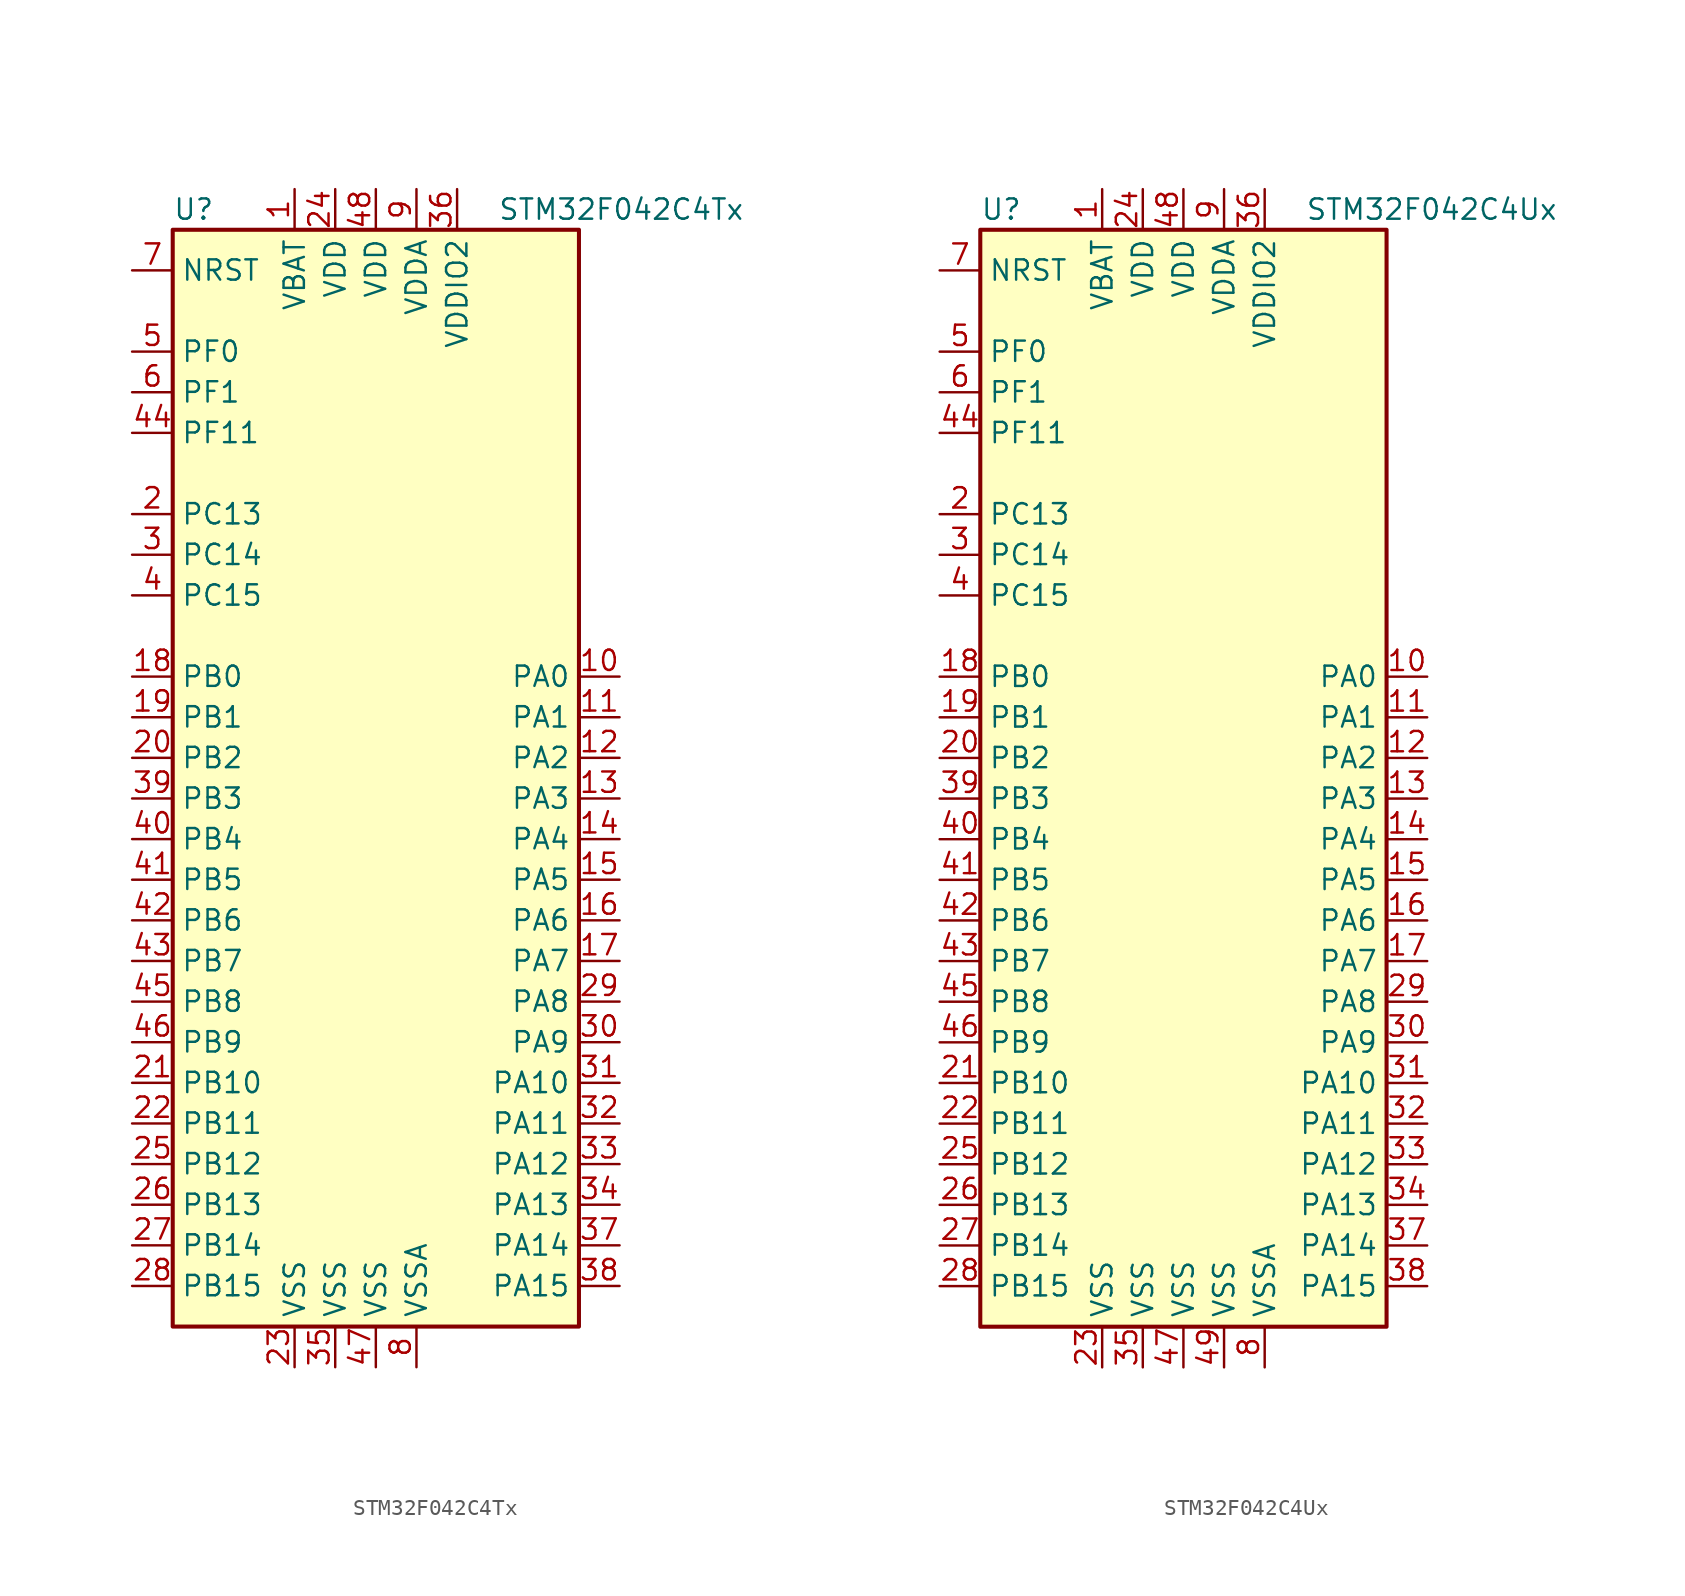
<source format=kicad_sym>
(kicad_symbol_lib
  (version 20201005)
  (generator kicad_symbol_editor)
  (symbol "STM32F042C4Tx"
    (property "Reference" "U"
      (at -12.7 34.29 0)
      (effects (font (size 1.27 1.27)) (justify left)))
    (property "Value" "STM32F042C4Tx"
      (at 7.62 34.29 0)
      (effects (font (size 1.27 1.27)) (justify left)))
    (symbol "STM32F042C4Tx_0_1"
      (rectangle (start -12.7 -35.56) (end 12.7 33.02) (stroke (width 0.254)) (fill (type background))))
    (symbol "STM32F042C4Tx_1_1"
      (pin input line (at -15.24 30.48 0) (length 2.54) (name "NRST" (effects (font (size 1.27 1.27)))) (number "7" (effects (font (size 1.27 1.27)))))
      (pin bidirectional line (at 15.24 5.08 180) (length 2.54) (name "PA0" (effects (font (size 1.27 1.27)))) (number "10" (effects (font (size 1.27 1.27)))))
      (pin bidirectional line (at 15.24 2.54 180) (length 2.54) (name "PA1" (effects (font (size 1.27 1.27)))) (number "11" (effects (font (size 1.27 1.27)))))
      (pin bidirectional line (at 15.24 -20.32 180) (length 2.54) (name "PA10" (effects (font (size 1.27 1.27)))) (number "31" (effects (font (size 1.27 1.27)))))
      (pin bidirectional line (at 15.24 -22.86 180) (length 2.54) (name "PA11" (effects (font (size 1.27 1.27)))) (number "32" (effects (font (size 1.27 1.27)))))
      (pin bidirectional line (at 15.24 -25.4 180) (length 2.54) (name "PA12" (effects (font (size 1.27 1.27)))) (number "33" (effects (font (size 1.27 1.27)))))
      (pin bidirectional line (at 15.24 -27.94 180) (length 2.54) (name "PA13" (effects (font (size 1.27 1.27)))) (number "34" (effects (font (size 1.27 1.27)))))
      (pin bidirectional line (at 15.24 -30.48 180) (length 2.54) (name "PA14" (effects (font (size 1.27 1.27)))) (number "37" (effects (font (size 1.27 1.27)))))
      (pin bidirectional line (at 15.24 -33.02 180) (length 2.54) (name "PA15" (effects (font (size 1.27 1.27)))) (number "38" (effects (font (size 1.27 1.27)))))
      (pin bidirectional line (at 15.24 0 180) (length 2.54) (name "PA2" (effects (font (size 1.27 1.27)))) (number "12" (effects (font (size 1.27 1.27)))))
      (pin bidirectional line (at 15.24 -2.54 180) (length 2.54) (name "PA3" (effects (font (size 1.27 1.27)))) (number "13" (effects (font (size 1.27 1.27)))))
      (pin bidirectional line (at 15.24 -5.08 180) (length 2.54) (name "PA4" (effects (font (size 1.27 1.27)))) (number "14" (effects (font (size 1.27 1.27)))))
      (pin bidirectional line (at 15.24 -7.62 180) (length 2.54) (name "PA5" (effects (font (size 1.27 1.27)))) (number "15" (effects (font (size 1.27 1.27)))))
      (pin bidirectional line (at 15.24 -10.16 180) (length 2.54) (name "PA6" (effects (font (size 1.27 1.27)))) (number "16" (effects (font (size 1.27 1.27)))))
      (pin bidirectional line (at 15.24 -12.7 180) (length 2.54) (name "PA7" (effects (font (size 1.27 1.27)))) (number "17" (effects (font (size 1.27 1.27)))))
      (pin bidirectional line (at 15.24 -15.24 180) (length 2.54) (name "PA8" (effects (font (size 1.27 1.27)))) (number "29" (effects (font (size 1.27 1.27)))))
      (pin bidirectional line (at 15.24 -17.78 180) (length 2.54) (name "PA9" (effects (font (size 1.27 1.27)))) (number "30" (effects (font (size 1.27 1.27)))))
      (pin bidirectional line (at -15.24 5.08 0) (length 2.54) (name "PB0" (effects (font (size 1.27 1.27)))) (number "18" (effects (font (size 1.27 1.27)))))
      (pin bidirectional line (at -15.24 2.54 0) (length 2.54) (name "PB1" (effects (font (size 1.27 1.27)))) (number "19" (effects (font (size 1.27 1.27)))))
      (pin bidirectional line (at -15.24 -20.32 0) (length 2.54) (name "PB10" (effects (font (size 1.27 1.27)))) (number "21" (effects (font (size 1.27 1.27)))))
      (pin bidirectional line (at -15.24 -22.86 0) (length 2.54) (name "PB11" (effects (font (size 1.27 1.27)))) (number "22" (effects (font (size 1.27 1.27)))))
      (pin bidirectional line (at -15.24 -25.4 0) (length 2.54) (name "PB12" (effects (font (size 1.27 1.27)))) (number "25" (effects (font (size 1.27 1.27)))))
      (pin bidirectional line (at -15.24 -27.94 0) (length 2.54) (name "PB13" (effects (font (size 1.27 1.27)))) (number "26" (effects (font (size 1.27 1.27)))))
      (pin bidirectional line (at -15.24 -30.48 0) (length 2.54) (name "PB14" (effects (font (size 1.27 1.27)))) (number "27" (effects (font (size 1.27 1.27)))))
      (pin bidirectional line (at -15.24 -33.02 0) (length 2.54) (name "PB15" (effects (font (size 1.27 1.27)))) (number "28" (effects (font (size 1.27 1.27)))))
      (pin bidirectional line (at -15.24 0 0) (length 2.54) (name "PB2" (effects (font (size 1.27 1.27)))) (number "20" (effects (font (size 1.27 1.27)))))
      (pin bidirectional line (at -15.24 -2.54 0) (length 2.54) (name "PB3" (effects (font (size 1.27 1.27)))) (number "39" (effects (font (size 1.27 1.27)))))
      (pin bidirectional line (at -15.24 -5.08 0) (length 2.54) (name "PB4" (effects (font (size 1.27 1.27)))) (number "40" (effects (font (size 1.27 1.27)))))
      (pin bidirectional line (at -15.24 -7.62 0) (length 2.54) (name "PB5" (effects (font (size 1.27 1.27)))) (number "41" (effects (font (size 1.27 1.27)))))
      (pin bidirectional line (at -15.24 -10.16 0) (length 2.54) (name "PB6" (effects (font (size 1.27 1.27)))) (number "42" (effects (font (size 1.27 1.27)))))
      (pin bidirectional line (at -15.24 -12.7 0) (length 2.54) (name "PB7" (effects (font (size 1.27 1.27)))) (number "43" (effects (font (size 1.27 1.27)))))
      (pin bidirectional line (at -15.24 -15.24 0) (length 2.54) (name "PB8" (effects (font (size 1.27 1.27)))) (number "45" (effects (font (size 1.27 1.27)))))
      (pin bidirectional line (at -15.24 -17.78 0) (length 2.54) (name "PB9" (effects (font (size 1.27 1.27)))) (number "46" (effects (font (size 1.27 1.27)))))
      (pin bidirectional line (at -15.24 15.24 0) (length 2.54) (name "PC13" (effects (font (size 1.27 1.27)))) (number "2" (effects (font (size 1.27 1.27)))))
      (pin bidirectional line (at -15.24 12.7 0) (length 2.54) (name "PC14" (effects (font (size 1.27 1.27)))) (number "3" (effects (font (size 1.27 1.27)))))
      (pin bidirectional line (at -15.24 10.16 0) (length 2.54) (name "PC15" (effects (font (size 1.27 1.27)))) (number "4" (effects (font (size 1.27 1.27)))))
      (pin input line (at -15.24 25.4 0) (length 2.54) (name "PF0" (effects (font (size 1.27 1.27)))) (number "5" (effects (font (size 1.27 1.27)))))
      (pin input line (at -15.24 22.86 0) (length 2.54) (name "PF1" (effects (font (size 1.27 1.27)))) (number "6" (effects (font (size 1.27 1.27)))))
      (pin bidirectional line (at -15.24 20.32 0) (length 2.54) (name "PF11" (effects (font (size 1.27 1.27)))) (number "44" (effects (font (size 1.27 1.27)))))
      (pin power_in line (at -5.08 35.56 270) (length 2.54) (name "VBAT" (effects (font (size 1.27 1.27)))) (number "1" (effects (font (size 1.27 1.27)))))
      (pin power_in line (at -2.54 35.56 270) (length 2.54) (name "VDD" (effects (font (size 1.27 1.27)))) (number "24" (effects (font (size 1.27 1.27)))))
      (pin power_in line (at 0 35.56 270) (length 2.54) (name "VDD" (effects (font (size 1.27 1.27)))) (number "48" (effects (font (size 1.27 1.27)))))
      (pin power_in line (at 2.54 35.56 270) (length 2.54) (name "VDDA" (effects (font (size 1.27 1.27)))) (number "9" (effects (font (size 1.27 1.27)))))
      (pin power_in line (at 5.08 35.56 270) (length 2.54) (name "VDDIO2" (effects (font (size 1.27 1.27)))) (number "36" (effects (font (size 1.27 1.27)))))
      (pin power_in line (at -5.08 -38.1 90) (length 2.54) (name "VSS" (effects (font (size 1.27 1.27)))) (number "23" (effects (font (size 1.27 1.27)))))
      (pin power_in line (at -2.54 -38.1 90) (length 2.54) (name "VSS" (effects (font (size 1.27 1.27)))) (number "35" (effects (font (size 1.27 1.27)))))
      (pin power_in line (at 0 -38.1 90) (length 2.54) (name "VSS" (effects (font (size 1.27 1.27)))) (number "47" (effects (font (size 1.27 1.27)))))
      (pin power_in line (at 2.54 -38.1 90) (length 2.54) (name "VSSA" (effects (font (size 1.27 1.27)))) (number "8" (effects (font (size 1.27 1.27)))))))
  (symbol "STM32F042C4Ux"
    (property "Reference" "U"
      (at -12.7 34.29 0)
      (effects (font (size 1.27 1.27)) (justify left)))
    (property "Value" "STM32F042C4Ux"
      (at 7.62 34.29 0)
      (effects (font (size 1.27 1.27)) (justify left)))
    (symbol "STM32F042C4Ux_0_1"
      (rectangle (start -12.7 -35.56) (end 12.7 33.02) (stroke (width 0.254)) (fill (type background))))
    (symbol "STM32F042C4Ux_1_1"
      (pin input line (at -15.24 30.48 0) (length 2.54) (name "NRST" (effects (font (size 1.27 1.27)))) (number "7" (effects (font (size 1.27 1.27)))))
      (pin bidirectional line (at 15.24 5.08 180) (length 2.54) (name "PA0" (effects (font (size 1.27 1.27)))) (number "10" (effects (font (size 1.27 1.27)))))
      (pin bidirectional line (at 15.24 2.54 180) (length 2.54) (name "PA1" (effects (font (size 1.27 1.27)))) (number "11" (effects (font (size 1.27 1.27)))))
      (pin bidirectional line (at 15.24 -20.32 180) (length 2.54) (name "PA10" (effects (font (size 1.27 1.27)))) (number "31" (effects (font (size 1.27 1.27)))))
      (pin bidirectional line (at 15.24 -22.86 180) (length 2.54) (name "PA11" (effects (font (size 1.27 1.27)))) (number "32" (effects (font (size 1.27 1.27)))))
      (pin bidirectional line (at 15.24 -25.4 180) (length 2.54) (name "PA12" (effects (font (size 1.27 1.27)))) (number "33" (effects (font (size 1.27 1.27)))))
      (pin bidirectional line (at 15.24 -27.94 180) (length 2.54) (name "PA13" (effects (font (size 1.27 1.27)))) (number "34" (effects (font (size 1.27 1.27)))))
      (pin bidirectional line (at 15.24 -30.48 180) (length 2.54) (name "PA14" (effects (font (size 1.27 1.27)))) (number "37" (effects (font (size 1.27 1.27)))))
      (pin bidirectional line (at 15.24 -33.02 180) (length 2.54) (name "PA15" (effects (font (size 1.27 1.27)))) (number "38" (effects (font (size 1.27 1.27)))))
      (pin bidirectional line (at 15.24 0 180) (length 2.54) (name "PA2" (effects (font (size 1.27 1.27)))) (number "12" (effects (font (size 1.27 1.27)))))
      (pin bidirectional line (at 15.24 -2.54 180) (length 2.54) (name "PA3" (effects (font (size 1.27 1.27)))) (number "13" (effects (font (size 1.27 1.27)))))
      (pin bidirectional line (at 15.24 -5.08 180) (length 2.54) (name "PA4" (effects (font (size 1.27 1.27)))) (number "14" (effects (font (size 1.27 1.27)))))
      (pin bidirectional line (at 15.24 -7.62 180) (length 2.54) (name "PA5" (effects (font (size 1.27 1.27)))) (number "15" (effects (font (size 1.27 1.27)))))
      (pin bidirectional line (at 15.24 -10.16 180) (length 2.54) (name "PA6" (effects (font (size 1.27 1.27)))) (number "16" (effects (font (size 1.27 1.27)))))
      (pin bidirectional line (at 15.24 -12.7 180) (length 2.54) (name "PA7" (effects (font (size 1.27 1.27)))) (number "17" (effects (font (size 1.27 1.27)))))
      (pin bidirectional line (at 15.24 -15.24 180) (length 2.54) (name "PA8" (effects (font (size 1.27 1.27)))) (number "29" (effects (font (size 1.27 1.27)))))
      (pin bidirectional line (at 15.24 -17.78 180) (length 2.54) (name "PA9" (effects (font (size 1.27 1.27)))) (number "30" (effects (font (size 1.27 1.27)))))
      (pin bidirectional line (at -15.24 5.08 0) (length 2.54) (name "PB0" (effects (font (size 1.27 1.27)))) (number "18" (effects (font (size 1.27 1.27)))))
      (pin bidirectional line (at -15.24 2.54 0) (length 2.54) (name "PB1" (effects (font (size 1.27 1.27)))) (number "19" (effects (font (size 1.27 1.27)))))
      (pin bidirectional line (at -15.24 -20.32 0) (length 2.54) (name "PB10" (effects (font (size 1.27 1.27)))) (number "21" (effects (font (size 1.27 1.27)))))
      (pin bidirectional line (at -15.24 -22.86 0) (length 2.54) (name "PB11" (effects (font (size 1.27 1.27)))) (number "22" (effects (font (size 1.27 1.27)))))
      (pin bidirectional line (at -15.24 -25.4 0) (length 2.54) (name "PB12" (effects (font (size 1.27 1.27)))) (number "25" (effects (font (size 1.27 1.27)))))
      (pin bidirectional line (at -15.24 -27.94 0) (length 2.54) (name "PB13" (effects (font (size 1.27 1.27)))) (number "26" (effects (font (size 1.27 1.27)))))
      (pin bidirectional line (at -15.24 -30.48 0) (length 2.54) (name "PB14" (effects (font (size 1.27 1.27)))) (number "27" (effects (font (size 1.27 1.27)))))
      (pin bidirectional line (at -15.24 -33.02 0) (length 2.54) (name "PB15" (effects (font (size 1.27 1.27)))) (number "28" (effects (font (size 1.27 1.27)))))
      (pin bidirectional line (at -15.24 0 0) (length 2.54) (name "PB2" (effects (font (size 1.27 1.27)))) (number "20" (effects (font (size 1.27 1.27)))))
      (pin bidirectional line (at -15.24 -2.54 0) (length 2.54) (name "PB3" (effects (font (size 1.27 1.27)))) (number "39" (effects (font (size 1.27 1.27)))))
      (pin bidirectional line (at -15.24 -5.08 0) (length 2.54) (name "PB4" (effects (font (size 1.27 1.27)))) (number "40" (effects (font (size 1.27 1.27)))))
      (pin bidirectional line (at -15.24 -7.62 0) (length 2.54) (name "PB5" (effects (font (size 1.27 1.27)))) (number "41" (effects (font (size 1.27 1.27)))))
      (pin bidirectional line (at -15.24 -10.16 0) (length 2.54) (name "PB6" (effects (font (size 1.27 1.27)))) (number "42" (effects (font (size 1.27 1.27)))))
      (pin bidirectional line (at -15.24 -12.7 0) (length 2.54) (name "PB7" (effects (font (size 1.27 1.27)))) (number "43" (effects (font (size 1.27 1.27)))))
      (pin bidirectional line (at -15.24 -15.24 0) (length 2.54) (name "PB8" (effects (font (size 1.27 1.27)))) (number "45" (effects (font (size 1.27 1.27)))))
      (pin bidirectional line (at -15.24 -17.78 0) (length 2.54) (name "PB9" (effects (font (size 1.27 1.27)))) (number "46" (effects (font (size 1.27 1.27)))))
      (pin bidirectional line (at -15.24 15.24 0) (length 2.54) (name "PC13" (effects (font (size 1.27 1.27)))) (number "2" (effects (font (size 1.27 1.27)))))
      (pin bidirectional line (at -15.24 12.7 0) (length 2.54) (name "PC14" (effects (font (size 1.27 1.27)))) (number "3" (effects (font (size 1.27 1.27)))))
      (pin bidirectional line (at -15.24 10.16 0) (length 2.54) (name "PC15" (effects (font (size 1.27 1.27)))) (number "4" (effects (font (size 1.27 1.27)))))
      (pin input line (at -15.24 25.4 0) (length 2.54) (name "PF0" (effects (font (size 1.27 1.27)))) (number "5" (effects (font (size 1.27 1.27)))))
      (pin input line (at -15.24 22.86 0) (length 2.54) (name "PF1" (effects (font (size 1.27 1.27)))) (number "6" (effects (font (size 1.27 1.27)))))
      (pin bidirectional line (at -15.24 20.32 0) (length 2.54) (name "PF11" (effects (font (size 1.27 1.27)))) (number "44" (effects (font (size 1.27 1.27)))))
      (pin power_in line (at -5.08 35.56 270) (length 2.54) (name "VBAT" (effects (font (size 1.27 1.27)))) (number "1" (effects (font (size 1.27 1.27)))))
      (pin power_in line (at -2.54 35.56 270) (length 2.54) (name "VDD" (effects (font (size 1.27 1.27)))) (number "24" (effects (font (size 1.27 1.27)))))
      (pin power_in line (at 0 35.56 270) (length 2.54) (name "VDD" (effects (font (size 1.27 1.27)))) (number "48" (effects (font (size 1.27 1.27)))))
      (pin power_in line (at 2.54 35.56 270) (length 2.54) (name "VDDA" (effects (font (size 1.27 1.27)))) (number "9" (effects (font (size 1.27 1.27)))))
      (pin power_in line (at 5.08 35.56 270) (length 2.54) (name "VDDIO2" (effects (font (size 1.27 1.27)))) (number "36" (effects (font (size 1.27 1.27)))))
      (pin power_in line (at -5.08 -38.1 90) (length 2.54) (name "VSS" (effects (font (size 1.27 1.27)))) (number "23" (effects (font (size 1.27 1.27)))))
      (pin power_in line (at -2.54 -38.1 90) (length 2.54) (name "VSS" (effects (font (size 1.27 1.27)))) (number "35" (effects (font (size 1.27 1.27)))))
      (pin power_in line (at 0 -38.1 90) (length 2.54) (name "VSS" (effects (font (size 1.27 1.27)))) (number "47" (effects (font (size 1.27 1.27)))))
      (pin power_in line (at 2.54 -38.1 90) (length 2.54) (name "VSS" (effects (font (size 1.27 1.27)))) (number "49" (effects (font (size 1.27 1.27)))))
      (pin power_in line (at 5.08 -38.1 90) (length 2.54) (name "VSSA" (effects (font (size 1.27 1.27)))) (number "8" (effects (font (size 1.27 1.27))))))))
</source>
